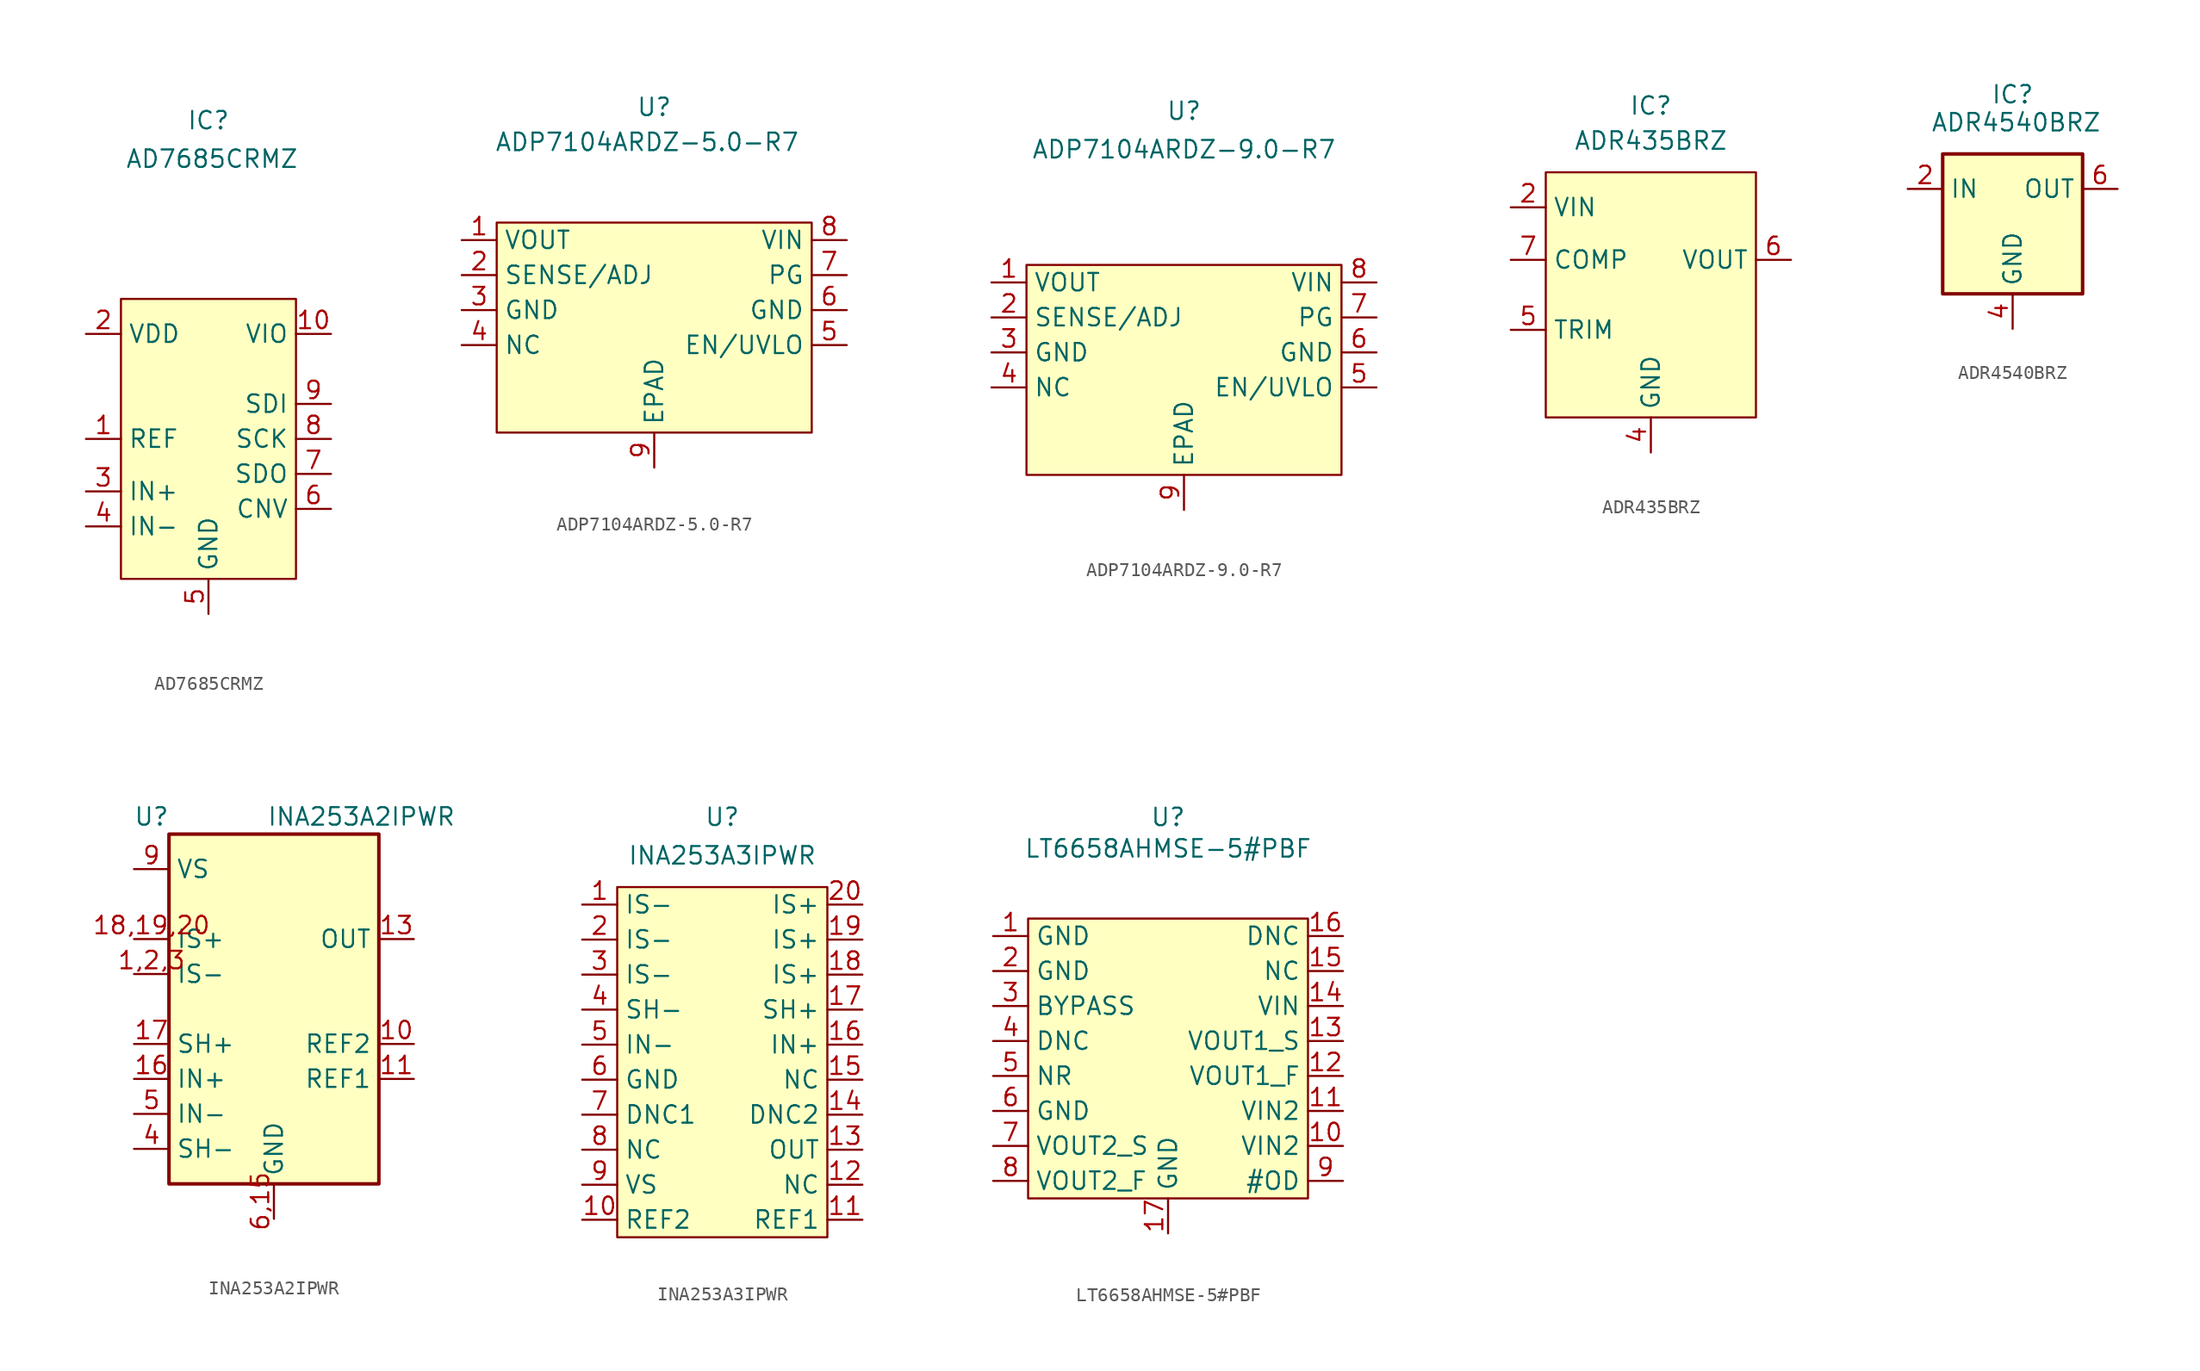
<source format=kicad_sym>
(kicad_symbol_lib
  (version 20231120)
  (generator "kicad_symbol_editor")
  (generator_version "8.0")
  (symbol "AD7685CRMZ"
    (property "Reference" "IC"
      (at 0 19.304 0)
      (effects (font (size 1.27 1.27))))
    (property "Value" "AD7685CRMZ"
      (at 0.254 16.51 0)
      (effects (font (size 1.27 1.27))))
    (symbol "AD7685CRMZ_1_1"
      (rectangle (start -6.35 6.35) (end 6.35 -13.97) (stroke (width 0) (type default)) (fill (type background)))
      (pin input line (at -8.89 -3.81 0) (length 2.54) (name "REF" (effects (font (size 1.27 1.27)))) (number "1" (effects (font (size 1.27 1.27)))))
      (pin power_in line (at 8.89 3.81 180) (length 2.54) (name "VIO" (effects (font (size 1.27 1.27)))) (number "10" (effects (font (size 1.27 1.27)))))
      (pin power_in line (at -8.89 3.81 0) (length 2.54) (name "VDD" (effects (font (size 1.27 1.27)))) (number "2" (effects (font (size 1.27 1.27)))))
      (pin input line (at -8.89 -7.62 0) (length 2.54) (name "IN+" (effects (font (size 1.27 1.27)))) (number "3" (effects (font (size 1.27 1.27)))))
      (pin input line (at -8.89 -10.16 0) (length 2.54) (name "IN-" (effects (font (size 1.27 1.27)))) (number "4" (effects (font (size 1.27 1.27)))))
      (pin power_in line (at 0 -16.51 90) (length 2.54) (name "GND" (effects (font (size 1.27 1.27)))) (number "5" (effects (font (size 1.27 1.27)))))
      (pin input line (at 8.89 -8.89 180) (length 2.54) (name "CNV" (effects (font (size 1.27 1.27)))) (number "6" (effects (font (size 1.27 1.27)))))
      (pin output line (at 8.89 -6.35 180) (length 2.54) (name "SDO" (effects (font (size 1.27 1.27)))) (number "7" (effects (font (size 1.27 1.27)))))
      (pin input line (at 8.89 -3.81 180) (length 2.54) (name "SCK" (effects (font (size 1.27 1.27)))) (number "8" (effects (font (size 1.27 1.27)))))
      (pin input line (at 8.89 -1.27 180) (length 2.54) (name "SDI" (effects (font (size 1.27 1.27)))) (number "9" (effects (font (size 1.27 1.27)))))))
  (symbol "ADP7104ARDZ-5.0-R7"
    (property "Reference" "U"
      (at 0 13.462 0)
      (effects (font (size 1.27 1.27))))
    (property "Value" "ADP7104ARDZ-5.0-R7"
      (at -0.508 10.922 0)
      (effects (font (size 1.27 1.27))))
    (symbol "ADP7104ARDZ-5.0-R7_1_1"
      (rectangle (start -11.43 5.08) (end 11.43 -10.16) (stroke (width 0) (type default)) (fill (type background)))
      (pin power_out line (at -13.97 3.81 0) (length 2.54) (name "VOUT" (effects (font (size 1.27 1.27)))) (number "1" (effects (font (size 1.27 1.27)))))
      (pin input line (at -13.97 1.27 0) (length 2.54) (name "SENSE/ADJ" (effects (font (size 1.27 1.27)))) (number "2" (effects (font (size 1.27 1.27)))))
      (pin power_in line (at -13.97 -1.27 0) (length 2.54) (name "GND" (effects (font (size 1.27 1.27)))) (number "3" (effects (font (size 1.27 1.27)))))
      (pin input line (at -13.97 -3.81 0) (length 2.54) (name "NC" (effects (font (size 1.27 1.27)))) (number "4" (effects (font (size 1.27 1.27)))))
      (pin input line (at 13.97 -3.81 180) (length 2.54) (name "EN/UVLO" (effects (font (size 1.27 1.27)))) (number "5" (effects (font (size 1.27 1.27)))))
      (pin power_in line (at 13.97 -1.27 180) (length 2.54) (name "GND" (effects (font (size 1.27 1.27)))) (number "6" (effects (font (size 1.27 1.27)))))
      (pin output line (at 13.97 1.27 180) (length 2.54) (name "PG" (effects (font (size 1.27 1.27)))) (number "7" (effects (font (size 1.27 1.27)))))
      (pin power_in line (at 13.97 3.81 180) (length 2.54) (name "VIN" (effects (font (size 1.27 1.27)))) (number "8" (effects (font (size 1.27 1.27)))))
      (pin power_in line (at 0 -12.7 90) (length 2.54) (name "EPAD" (effects (font (size 1.27 1.27)))) (number "9" (effects (font (size 1.27 1.27)))))))
  (symbol "ADP7104ARDZ-9.0-R7"
    (property "Reference" "U"
      (at 0 17.526 0)
      (effects (font (size 1.27 1.27))))
    (property "Value" "ADP7104ARDZ-9.0-R7"
      (at 0 14.732 0)
      (effects (font (size 1.27 1.27))))
    (symbol "ADP7104ARDZ-9.0-R7_1_1"
      (rectangle (start -11.43 6.35) (end 11.43 -8.89) (stroke (width 0) (type default)) (fill (type background)))
      (pin power_out line (at -13.97 5.08 0) (length 2.54) (name "VOUT" (effects (font (size 1.27 1.27)))) (number "1" (effects (font (size 1.27 1.27)))))
      (pin input line (at -13.97 2.54 0) (length 2.54) (name "SENSE/ADJ" (effects (font (size 1.27 1.27)))) (number "2" (effects (font (size 1.27 1.27)))))
      (pin power_in line (at -13.97 0 0) (length 2.54) (name "GND" (effects (font (size 1.27 1.27)))) (number "3" (effects (font (size 1.27 1.27)))))
      (pin input line (at -13.97 -2.54 0) (length 2.54) (name "NC" (effects (font (size 1.27 1.27)))) (number "4" (effects (font (size 1.27 1.27)))))
      (pin input line (at 13.97 -2.54 180) (length 2.54) (name "EN/UVLO" (effects (font (size 1.27 1.27)))) (number "5" (effects (font (size 1.27 1.27)))))
      (pin power_in line (at 13.97 0 180) (length 2.54) (name "GND" (effects (font (size 1.27 1.27)))) (number "6" (effects (font (size 1.27 1.27)))))
      (pin output line (at 13.97 2.54 180) (length 2.54) (name "PG" (effects (font (size 1.27 1.27)))) (number "7" (effects (font (size 1.27 1.27)))))
      (pin power_in line (at 13.97 5.08 180) (length 2.54) (name "VIN" (effects (font (size 1.27 1.27)))) (number "8" (effects (font (size 1.27 1.27)))))
      (pin power_in line (at 0 -11.43 90) (length 2.54) (name "EPAD" (effects (font (size 1.27 1.27)))) (number "9" (effects (font (size 1.27 1.27)))))))
  (symbol "ADR435BRZ"
    (property "Reference" "IC"
      (at 0 12.446 0)
      (effects (font (size 1.27 1.27))))
    (property "Value" "ADR435BRZ"
      (at 0 9.906 0)
      (effects (font (size 1.27 1.27))))
    (symbol "ADR435BRZ_1_1"
      (rectangle (start -7.62 7.62) (end 7.62 -10.16) (stroke (width 0) (type default)) (fill (type background)))
      (pin no_connect line (at -2.54 -12.7 90) (length 2.54) hide (name "DNC" (effects (font (size 1.27 1.27)))) (number "1" (effects (font (size 1.27 1.27)))))
      (pin power_in line (at -10.16 5.08 0) (length 2.54) (name "VIN" (effects (font (size 1.27 1.27)))) (number "2" (effects (font (size 1.27 1.27)))))
      (pin no_connect line (at 5.08 -12.7 90) (length 2.54) hide (name "NC" (effects (font (size 1.27 1.27)))) (number "3" (effects (font (size 1.27 1.27)))))
      (pin power_in line (at 0 -12.7 90) (length 2.54) (name "GND" (effects (font (size 1.27 1.27)))) (number "4" (effects (font (size 1.27 1.27)))))
      (pin input line (at -10.16 -3.81 0) (length 2.54) (name "TRIM" (effects (font (size 1.27 1.27)))) (number "5" (effects (font (size 1.27 1.27)))))
      (pin output line (at 10.16 1.27 180) (length 2.54) (name "VOUT" (effects (font (size 1.27 1.27)))) (number "6" (effects (font (size 1.27 1.27)))))
      (pin input line (at -10.16 1.27 0) (length 2.54) (name "COMP" (effects (font (size 1.27 1.27)))) (number "7" (effects (font (size 1.27 1.27)))))
      (pin no_connect line (at 2.54 -12.7 90) (length 2.54) hide (name "DNC" (effects (font (size 1.27 1.27)))) (number "8" (effects (font (size 1.27 1.27)))))))
  (symbol "ADR4540BRZ"
    (property "Reference" "IC"
      (at 0 9.398 0)
      (effects (font (size 1.27 1.27))))
    (property "Value" "ADR4540BRZ"
      (at 0.254 7.366 0)
      (effects (font (size 1.27 1.27))))
    (symbol "ADR4540BRZ_0_0"
      (pin no_connect line (at -7.62 -2.54 0) (length 2.54) hide (name "NC" (effects (font (size 1.27 1.27)))) (number "3" (effects (font (size 1.27 1.27)))))
      (pin no_connect line (at 7.62 0 180) (length 2.54) hide (name "NC" (effects (font (size 1.27 1.27)))) (number "7" (effects (font (size 1.27 1.27)))))
      (pin no_connect line (at 7.62 -2.54 180) (length 2.54) hide (name "NC" (effects (font (size 1.27 1.27)))) (number "8" (effects (font (size 1.27 1.27))))))
    (symbol "ADR4540BRZ_0_1"
      (rectangle (start -5.08 5.08) (end 5.08 -5.08) (stroke (width 0.254) (type default)) (fill (type background))))
    (symbol "ADR4540BRZ_1_1"
      (pin no_connect line (at -7.62 0 0) (length 2.54) hide (name "NC" (effects (font (size 1.27 1.27)))) (number "1" (effects (font (size 1.27 1.27)))))
      (pin power_in line (at -7.62 2.54 0) (length 2.54) (name "IN" (effects (font (size 1.27 1.27)))) (number "2" (effects (font (size 1.27 1.27)))))
      (pin power_in line (at 0 -7.62 90) (length 2.54) (name "GND" (effects (font (size 1.27 1.27)))) (number "4" (effects (font (size 1.27 1.27)))))
      (pin no_connect line (at -3.81 -7.62 90) (length 2.54) hide (name "NC" (effects (font (size 1.27 1.27)))) (number "5" (effects (font (size 1.27 1.27)))))
      (pin power_out line (at 7.62 2.54 180) (length 2.54) (name "OUT" (effects (font (size 1.27 1.27)))) (number "6" (effects (font (size 1.27 1.27)))))))
  (symbol "INA253A2IPWR"
    (property "Reference" "U"
      (at -8.89 13.97 0)
      (effects (font (size 1.27 1.27))))
    (property "Value" "INA253A2IPWR"
      (at 6.35 13.97 0)
      (effects (font (size 1.27 1.27))))
    (symbol "INA253A2IPWR_0_1"
      (rectangle (start -7.62 12.7) (end 7.62 -12.7) (stroke (width 0.254) (type default)) (fill (type background))))
    (symbol "INA253A2IPWR_1_1"
      (pin passive line (at -10.16 2.54 0) (length 2.54) (name "IS-" (effects (font (size 1.27 1.27)))) (number "1,2,3" (effects (font (size 1.27 1.27)))))
      (pin passive line (at 10.16 -2.54 180) (length 2.54) (name "REF2" (effects (font (size 1.27 1.27)))) (number "10" (effects (font (size 1.27 1.27)))))
      (pin passive line (at 10.16 -5.08 180) (length 2.54) (name "REF1" (effects (font (size 1.27 1.27)))) (number "11" (effects (font (size 1.27 1.27)))))
      (pin no_connect line (at 7.62 0 180) (length 2.54) hide (name "NC" (effects (font (size 1.27 1.27)))) (number "12" (effects (font (size 1.27 1.27)))))
      (pin output line (at 10.16 5.08 180) (length 2.54) (name "OUT" (effects (font (size 1.27 1.27)))) (number "13" (effects (font (size 1.27 1.27)))))
      (pin no_connect line (at 10.16 -7.62 180) (length 2.54) hide (name "DNC2" (effects (font (size 1.27 1.27)))) (number "14" (effects (font (size 1.27 1.27)))))
      (pin passive line (at -10.16 -5.08 0) (length 2.54) (name "IN+" (effects (font (size 1.27 1.27)))) (number "16" (effects (font (size 1.27 1.27)))))
      (pin passive line (at -10.16 -2.54 0) (length 2.54) (name "SH+" (effects (font (size 1.27 1.27)))) (number "17" (effects (font (size 1.27 1.27)))))
      (pin passive line (at -10.16 5.08 0) (length 2.54) (name "IS+" (effects (font (size 1.27 1.27)))) (number "18,19,20" (effects (font (size 1.27 1.27)))))
      (pin passive line (at -10.16 -10.16 0) (length 2.54) (name "SH-" (effects (font (size 1.27 1.27)))) (number "4" (effects (font (size 1.27 1.27)))))
      (pin passive line (at -10.16 -7.62 0) (length 2.54) (name "IN-" (effects (font (size 1.27 1.27)))) (number "5" (effects (font (size 1.27 1.27)))))
      (pin power_in line (at 0 -15.24 90) (length 2.54) (name "GND" (effects (font (size 1.27 1.27)))) (number "6,15" (effects (font (size 1.27 1.27)))))
      (pin no_connect line (at 10.16 -10.16 180) (length 2.54) hide (name "DNC1" (effects (font (size 1.27 1.27)))) (number "7" (effects (font (size 1.27 1.27)))))
      (pin no_connect line (at 7.62 2.54 180) (length 2.54) hide (name "NC" (effects (font (size 1.27 1.27)))) (number "8" (effects (font (size 1.27 1.27)))))
      (pin power_in line (at -10.16 10.16 0) (length 2.54) (name "VS" (effects (font (size 1.27 1.27)))) (number "9" (effects (font (size 1.27 1.27)))))))
  (symbol "INA253A3IPWR"
    (property "Reference" "U"
      (at 0 17.78 0)
      (effects (font (size 1.27 1.27))))
    (property "Value" "INA253A3IPWR"
      (at 0 14.986 0)
      (effects (font (size 1.27 1.27))))
    (symbol "INA253A3IPWR_1_1"
      (rectangle (start -7.62 12.7) (end 7.62 -12.7) (stroke (width 0) (type default)) (fill (type background)))
      (pin input line (at -10.16 11.43 0) (length 2.54) (name "IS-" (effects (font (size 1.27 1.27)))) (number "1" (effects (font (size 1.27 1.27)))))
      (pin input line (at -10.16 -11.43 0) (length 2.54) (name "REF2" (effects (font (size 1.27 1.27)))) (number "10" (effects (font (size 1.27 1.27)))))
      (pin input line (at 10.16 -11.43 180) (length 2.54) (name "REF1" (effects (font (size 1.27 1.27)))) (number "11" (effects (font (size 1.27 1.27)))))
      (pin input line (at 10.16 -8.89 180) (length 2.54) (name "NC" (effects (font (size 1.27 1.27)))) (number "12" (effects (font (size 1.27 1.27)))))
      (pin output line (at 10.16 -6.35 180) (length 2.54) (name "OUT" (effects (font (size 1.27 1.27)))) (number "13" (effects (font (size 1.27 1.27)))))
      (pin input line (at 10.16 -3.81 180) (length 2.54) (name "DNC2" (effects (font (size 1.27 1.27)))) (number "14" (effects (font (size 1.27 1.27)))))
      (pin input line (at 10.16 -1.27 180) (length 2.54) (name "NC" (effects (font (size 1.27 1.27)))) (number "15" (effects (font (size 1.27 1.27)))))
      (pin input line (at 10.16 1.27 180) (length 2.54) (name "IN+" (effects (font (size 1.27 1.27)))) (number "16" (effects (font (size 1.27 1.27)))))
      (pin output line (at 10.16 3.81 180) (length 2.54) (name "SH+" (effects (font (size 1.27 1.27)))) (number "17" (effects (font (size 1.27 1.27)))))
      (pin input line (at 10.16 6.35 180) (length 2.54) (name "IS+" (effects (font (size 1.27 1.27)))) (number "18" (effects (font (size 1.27 1.27)))))
      (pin input line (at 10.16 8.89 180) (length 2.54) (name "IS+" (effects (font (size 1.27 1.27)))) (number "19" (effects (font (size 1.27 1.27)))))
      (pin input line (at -10.16 8.89 0) (length 2.54) (name "IS-" (effects (font (size 1.27 1.27)))) (number "2" (effects (font (size 1.27 1.27)))))
      (pin input line (at 10.16 11.43 180) (length 2.54) (name "IS+" (effects (font (size 1.27 1.27)))) (number "20" (effects (font (size 1.27 1.27)))))
      (pin input line (at -10.16 6.35 0) (length 2.54) (name "IS-" (effects (font (size 1.27 1.27)))) (number "3" (effects (font (size 1.27 1.27)))))
      (pin output line (at -10.16 3.81 0) (length 2.54) (name "SH-" (effects (font (size 1.27 1.27)))) (number "4" (effects (font (size 1.27 1.27)))))
      (pin input line (at -10.16 1.27 0) (length 2.54) (name "IN-" (effects (font (size 1.27 1.27)))) (number "5" (effects (font (size 1.27 1.27)))))
      (pin power_in line (at -10.16 -1.27 0) (length 2.54) (name "GND" (effects (font (size 1.27 1.27)))) (number "6" (effects (font (size 1.27 1.27)))))
      (pin input line (at -10.16 -3.81 0) (length 2.54) (name "DNC1" (effects (font (size 1.27 1.27)))) (number "7" (effects (font (size 1.27 1.27)))))
      (pin input line (at -10.16 -6.35 0) (length 2.54) (name "NC" (effects (font (size 1.27 1.27)))) (number "8" (effects (font (size 1.27 1.27)))))
      (pin power_in line (at -10.16 -8.89 0) (length 2.54) (name "VS" (effects (font (size 1.27 1.27)))) (number "9" (effects (font (size 1.27 1.27)))))))
  (symbol "LT6658AHMSE-5#PBF"
    (property "Reference" "U"
      (at 0 17.526 0)
      (effects (font (size 1.27 1.27))))
    (property "Value" "LT6658AHMSE-5#PBF"
      (at 0 15.24 0)
      (effects (font (size 1.27 1.27))))
    (symbol "LT6658AHMSE-5#PBF_1_1"
      (rectangle (start -10.16 10.16) (end 10.16 -10.16) (stroke (width 0) (type default)) (fill (type background)))
      (pin power_in line (at -12.7 8.89 0) (length 2.54) (name "GND" (effects (font (size 1.27 1.27)))) (number "1" (effects (font (size 1.27 1.27)))))
      (pin power_in line (at 12.7 -6.35 180) (length 2.54) (name "VIN2" (effects (font (size 1.27 1.27)))) (number "10" (effects (font (size 1.27 1.27)))))
      (pin power_in line (at 12.7 -3.81 180) (length 2.54) (name "VIN2" (effects (font (size 1.27 1.27)))) (number "11" (effects (font (size 1.27 1.27)))))
      (pin power_in line (at 12.7 -1.27 180) (length 2.54) (name "VOUT1_F" (effects (font (size 1.27 1.27)))) (number "12" (effects (font (size 1.27 1.27)))))
      (pin power_in line (at 12.7 1.27 180) (length 2.54) (name "VOUT1_S" (effects (font (size 1.27 1.27)))) (number "13" (effects (font (size 1.27 1.27)))))
      (pin power_in line (at 12.7 3.81 180) (length 2.54) (name "VIN" (effects (font (size 1.27 1.27)))) (number "14" (effects (font (size 1.27 1.27)))))
      (pin input line (at 12.7 6.35 180) (length 2.54) (name "NC" (effects (font (size 1.27 1.27)))) (number "15" (effects (font (size 1.27 1.27)))))
      (pin input line (at 12.7 8.89 180) (length 2.54) (name "DNC" (effects (font (size 1.27 1.27)))) (number "16" (effects (font (size 1.27 1.27)))))
      (pin power_in line (at 0 -12.7 90) (length 2.54) (name "GND" (effects (font (size 1.27 1.27)))) (number "17" (effects (font (size 1.27 1.27)))))
      (pin power_in line (at -12.7 6.35 0) (length 2.54) (name "GND" (effects (font (size 1.27 1.27)))) (number "2" (effects (font (size 1.27 1.27)))))
      (pin input line (at -12.7 3.81 0) (length 2.54) (name "BYPASS" (effects (font (size 1.27 1.27)))) (number "3" (effects (font (size 1.27 1.27)))))
      (pin input line (at -12.7 1.27 0) (length 2.54) (name "DNC" (effects (font (size 1.27 1.27)))) (number "4" (effects (font (size 1.27 1.27)))))
      (pin input line (at -12.7 -1.27 0) (length 2.54) (name "NR" (effects (font (size 1.27 1.27)))) (number "5" (effects (font (size 1.27 1.27)))))
      (pin power_in line (at -12.7 -3.81 0) (length 2.54) (name "GND" (effects (font (size 1.27 1.27)))) (number "6" (effects (font (size 1.27 1.27)))))
      (pin power_in line (at -12.7 -6.35 0) (length 2.54) (name "VOUT2_S" (effects (font (size 1.27 1.27)))) (number "7" (effects (font (size 1.27 1.27)))))
      (pin power_in line (at -12.7 -8.89 0) (length 2.54) (name "VOUT2_F" (effects (font (size 1.27 1.27)))) (number "8" (effects (font (size 1.27 1.27)))))
      (pin input line (at 12.7 -8.89 180) (length 2.54) (name "#OD" (effects (font (size 1.27 1.27)))) (number "9" (effects (font (size 1.27 1.27))))))))
</source>
